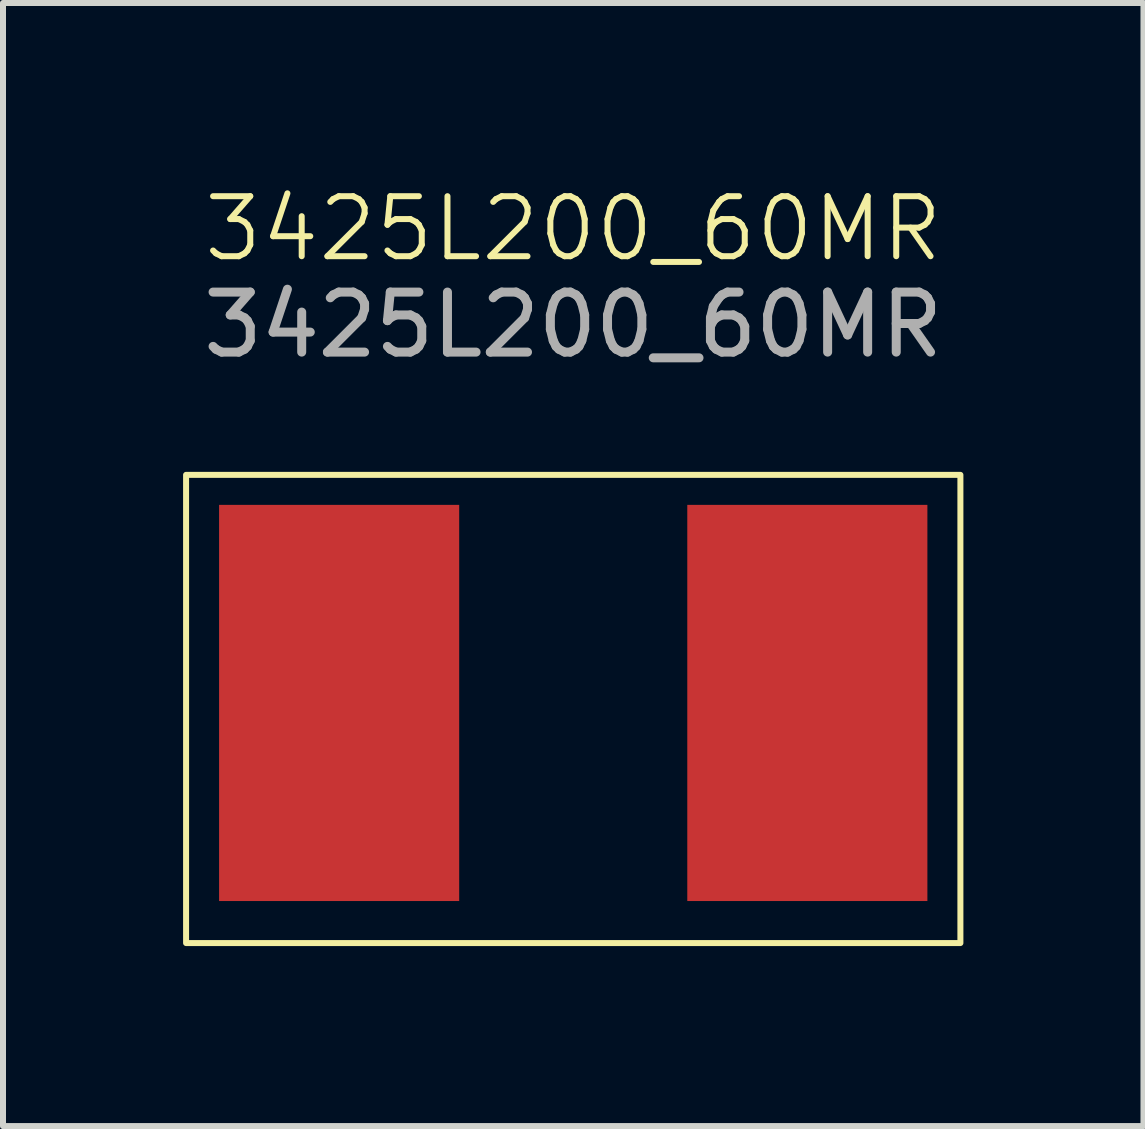
<source format=kicad_pcb>
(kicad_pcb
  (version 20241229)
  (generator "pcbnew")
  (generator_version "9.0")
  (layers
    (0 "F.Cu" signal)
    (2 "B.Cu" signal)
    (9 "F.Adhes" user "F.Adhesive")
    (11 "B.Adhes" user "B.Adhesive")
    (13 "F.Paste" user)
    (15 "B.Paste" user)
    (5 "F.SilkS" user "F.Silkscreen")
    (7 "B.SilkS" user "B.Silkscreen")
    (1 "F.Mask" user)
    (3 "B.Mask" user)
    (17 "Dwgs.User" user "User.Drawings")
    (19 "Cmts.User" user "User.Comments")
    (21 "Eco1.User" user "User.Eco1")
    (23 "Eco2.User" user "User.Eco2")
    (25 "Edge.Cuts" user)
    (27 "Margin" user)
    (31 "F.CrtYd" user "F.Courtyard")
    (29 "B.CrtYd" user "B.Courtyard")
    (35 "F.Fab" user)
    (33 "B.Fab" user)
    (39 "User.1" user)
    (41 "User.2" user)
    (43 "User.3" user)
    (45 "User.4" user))
  (footprint "3425L200_60MR"
    (layer "F.Cu")
    (at 6.5 8.661)
    (property "Reference" "3425L200_60MR" (at 0 -7.9 0) (unlocked yes) (layer "F.SilkS") (effects (font (size 1 1) (thickness 0.1))))
    (attr smd)
    (fp_rect (start -6.45 -3.8) (end 6.45 4) (stroke (width 0.1) (type default)) (fill no) (layer "F.SilkS"))
    (fp_text user "${REFERENCE}" (at 0 -6.3 0) (unlocked yes) (layer "F.Fab") (effects (font (size 1 1) (thickness 0.15))))
    (pad "1" smd rect (at -3.9 0) (size 4 6.6) (layers "F.Cu" "F.Mask" "F.Paste"))
    (pad "2" smd rect (at 3.9 0) (size 4 6.6) (layers "F.Cu" "F.Mask" "F.Paste")))
  (gr_rect
    (start -3 -3)
    (end 16 15.71)
    (stroke (width 0.1) (type default))
    (fill no)
    (layer "Edge.Cuts")))
</source>
